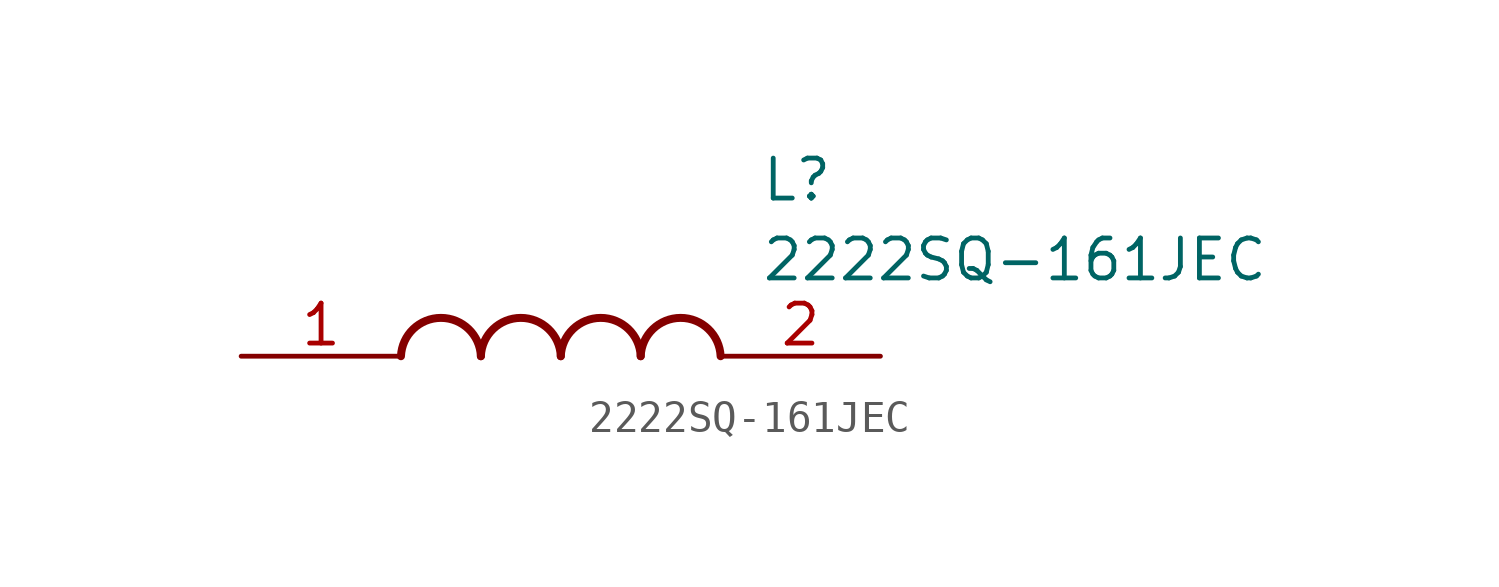
<source format=kicad_sym>
(kicad_symbol_lib
  (version 20211014)
  (generator SamacSys_ECAD_Model)
  (symbol "2222SQ-161JEC"
    (pin_names hide)
    (property "Reference" "L"
      (at 16.51 6.35 0)
      (effects (font (size 1.27 1.27)) (justify left top)))
    (property "Value" "2222SQ-161JEC"
      (at 16.51 3.81 0)
      (effects (font (size 1.27 1.27)) (justify left top)))
    (arc
      (start 7.62 0)
      (mid 6.35 1.219)
      (end 5.08 0)
      (stroke (width 0.254) (type default))
      (fill (type none)))
    (arc
      (start 10.16 0)
      (mid 8.89 1.219)
      (end 7.62 0)
      (stroke (width 0.254) (type default))
      (fill (type none)))
    (arc
      (start 12.7 0)
      (mid 11.43 1.219)
      (end 10.16 0)
      (stroke (width 0.254) (type default))
      (fill (type none)))
    (arc
      (start 15.24 0)
      (mid 13.97 1.219)
      (end 12.7 0)
      (stroke (width 0.254) (type default))
      (fill (type none)))
    (pin passive line
      (at 0 0 0)
      (length 5.08)
      (name "1" (effects (font (size 1.27 1.27))))
      (number "1" (effects (font (size 1.27 1.27)))))
    (pin passive line
      (at 20.32 0 180)
      (length 5.08)
      (name "2" (effects (font (size 1.27 1.27))))
      (number "2" (effects (font (size 1.27 1.27)))))))
</source>
